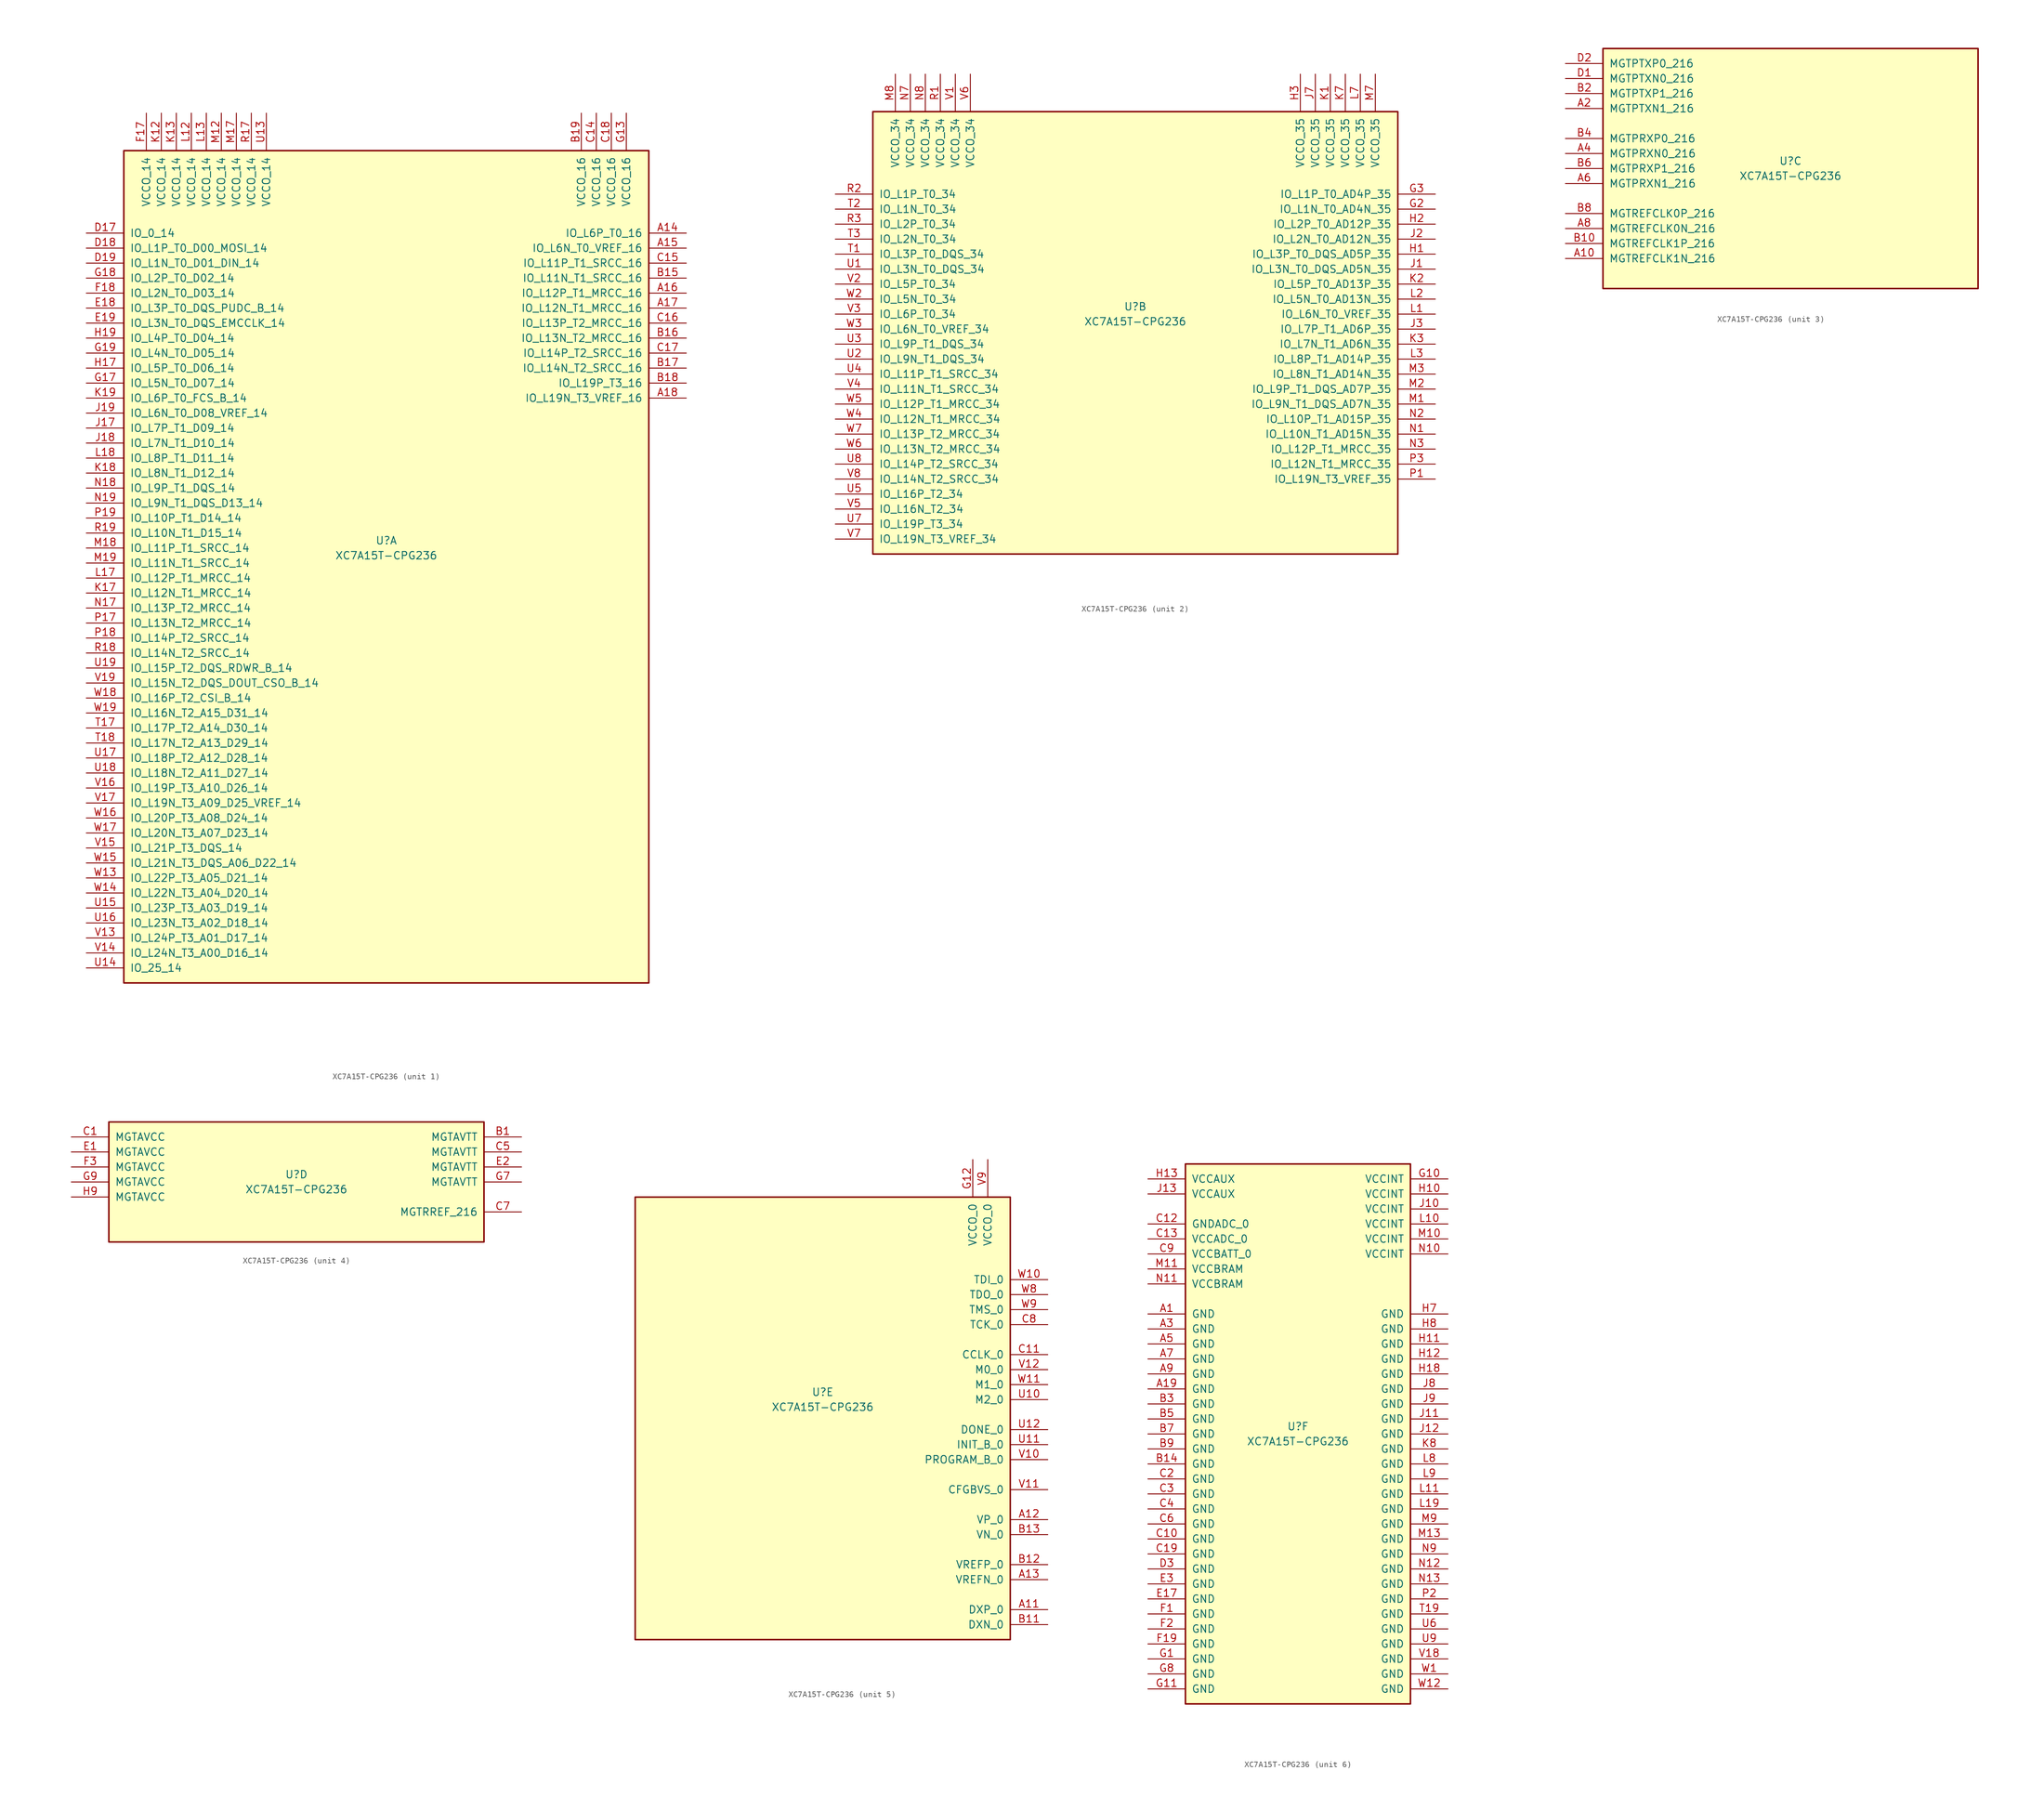
<source format=kicad_sym>
(kicad_symbol_lib
  (version 20241209)
  (generator "kicad_symbol_editor")
  (generator_version "9.0")
  (symbol "XC7A15T-CPG236"
    (pin_names
      (offset 1.016))
    (property "Reference" "U"
      (at 0 1.27 0)
      (effects (font (size 1.27 1.27))))
    (property "Value" "XC7A15T-CPG236"
      (at 0 -1.27 0)
      (effects (font (size 1.27 1.27))))
    (property "Datasheet" ""
      (at 0 0 0)
      (effects (font (size 1.27 1.27))))
    (property "ki_locked" ""
      (at 0 0 0)
      (effects (font (size 1.27 1.27))))
    (symbol "XC7A15T-CPG236_1_1"
      (rectangle (start -44.45 67.31) (end 44.45 -73.66) (stroke (width 0.254) (type default)) (fill (type background)))
      (pin bidirectional line (at -50.8 53.34 0) (length 6.35) (name "IO_0_14" (effects (font (size 1.27 1.27)))) (number "D17" (effects (font (size 1.27 1.27)))))
      (pin bidirectional line (at -50.8 50.8 0) (length 6.35) (name "IO_L1P_T0_D00_MOSI_14" (effects (font (size 1.27 1.27)))) (number "D18" (effects (font (size 1.27 1.27)))))
      (pin bidirectional line (at -50.8 48.26 0) (length 6.35) (name "IO_L1N_T0_D01_DIN_14" (effects (font (size 1.27 1.27)))) (number "D19" (effects (font (size 1.27 1.27)))))
      (pin bidirectional line (at -50.8 45.72 0) (length 6.35) (name "IO_L2P_T0_D02_14" (effects (font (size 1.27 1.27)))) (number "G18" (effects (font (size 1.27 1.27)))))
      (pin bidirectional line (at -50.8 43.18 0) (length 6.35) (name "IO_L2N_T0_D03_14" (effects (font (size 1.27 1.27)))) (number "F18" (effects (font (size 1.27 1.27)))))
      (pin bidirectional line (at -50.8 40.64 0) (length 6.35) (name "IO_L3P_T0_DQS_PUDC_B_14" (effects (font (size 1.27 1.27)))) (number "E18" (effects (font (size 1.27 1.27)))))
      (pin bidirectional line (at -50.8 38.1 0) (length 6.35) (name "IO_L3N_T0_DQS_EMCCLK_14" (effects (font (size 1.27 1.27)))) (number "E19" (effects (font (size 1.27 1.27)))))
      (pin bidirectional line (at -50.8 35.56 0) (length 6.35) (name "IO_L4P_T0_D04_14" (effects (font (size 1.27 1.27)))) (number "H19" (effects (font (size 1.27 1.27)))))
      (pin bidirectional line (at -50.8 33.02 0) (length 6.35) (name "IO_L4N_T0_D05_14" (effects (font (size 1.27 1.27)))) (number "G19" (effects (font (size 1.27 1.27)))))
      (pin bidirectional line (at -50.8 30.48 0) (length 6.35) (name "IO_L5P_T0_D06_14" (effects (font (size 1.27 1.27)))) (number "H17" (effects (font (size 1.27 1.27)))))
      (pin bidirectional line (at -50.8 27.94 0) (length 6.35) (name "IO_L5N_T0_D07_14" (effects (font (size 1.27 1.27)))) (number "G17" (effects (font (size 1.27 1.27)))))
      (pin bidirectional line (at -50.8 25.4 0) (length 6.35) (name "IO_L6P_T0_FCS_B_14" (effects (font (size 1.27 1.27)))) (number "K19" (effects (font (size 1.27 1.27)))))
      (pin bidirectional line (at -50.8 22.86 0) (length 6.35) (name "IO_L6N_T0_D08_VREF_14" (effects (font (size 1.27 1.27)))) (number "J19" (effects (font (size 1.27 1.27)))))
      (pin bidirectional line (at -50.8 20.32 0) (length 6.35) (name "IO_L7P_T1_D09_14" (effects (font (size 1.27 1.27)))) (number "J17" (effects (font (size 1.27 1.27)))))
      (pin bidirectional line (at -50.8 17.78 0) (length 6.35) (name "IO_L7N_T1_D10_14" (effects (font (size 1.27 1.27)))) (number "J18" (effects (font (size 1.27 1.27)))))
      (pin bidirectional line (at -50.8 15.24 0) (length 6.35) (name "IO_L8P_T1_D11_14" (effects (font (size 1.27 1.27)))) (number "L18" (effects (font (size 1.27 1.27)))))
      (pin bidirectional line (at -50.8 12.7 0) (length 6.35) (name "IO_L8N_T1_D12_14" (effects (font (size 1.27 1.27)))) (number "K18" (effects (font (size 1.27 1.27)))))
      (pin bidirectional line (at -50.8 10.16 0) (length 6.35) (name "IO_L9P_T1_DQS_14" (effects (font (size 1.27 1.27)))) (number "N18" (effects (font (size 1.27 1.27)))))
      (pin bidirectional line (at -50.8 7.62 0) (length 6.35) (name "IO_L9N_T1_DQS_D13_14" (effects (font (size 1.27 1.27)))) (number "N19" (effects (font (size 1.27 1.27)))))
      (pin bidirectional line (at -50.8 5.08 0) (length 6.35) (name "IO_L10P_T1_D14_14" (effects (font (size 1.27 1.27)))) (number "P19" (effects (font (size 1.27 1.27)))))
      (pin bidirectional line (at -50.8 2.54 0) (length 6.35) (name "IO_L10N_T1_D15_14" (effects (font (size 1.27 1.27)))) (number "R19" (effects (font (size 1.27 1.27)))))
      (pin bidirectional line (at -50.8 0 0) (length 6.35) (name "IO_L11P_T1_SRCC_14" (effects (font (size 1.27 1.27)))) (number "M18" (effects (font (size 1.27 1.27)))))
      (pin bidirectional line (at -50.8 -2.54 0) (length 6.35) (name "IO_L11N_T1_SRCC_14" (effects (font (size 1.27 1.27)))) (number "M19" (effects (font (size 1.27 1.27)))))
      (pin bidirectional line (at -50.8 -5.08 0) (length 6.35) (name "IO_L12P_T1_MRCC_14" (effects (font (size 1.27 1.27)))) (number "L17" (effects (font (size 1.27 1.27)))))
      (pin bidirectional line (at -50.8 -7.62 0) (length 6.35) (name "IO_L12N_T1_MRCC_14" (effects (font (size 1.27 1.27)))) (number "K17" (effects (font (size 1.27 1.27)))))
      (pin bidirectional line (at -50.8 -10.16 0) (length 6.35) (name "IO_L13P_T2_MRCC_14" (effects (font (size 1.27 1.27)))) (number "N17" (effects (font (size 1.27 1.27)))))
      (pin bidirectional line (at -50.8 -12.7 0) (length 6.35) (name "IO_L13N_T2_MRCC_14" (effects (font (size 1.27 1.27)))) (number "P17" (effects (font (size 1.27 1.27)))))
      (pin bidirectional line (at -50.8 -15.24 0) (length 6.35) (name "IO_L14P_T2_SRCC_14" (effects (font (size 1.27 1.27)))) (number "P18" (effects (font (size 1.27 1.27)))))
      (pin bidirectional line (at -50.8 -17.78 0) (length 6.35) (name "IO_L14N_T2_SRCC_14" (effects (font (size 1.27 1.27)))) (number "R18" (effects (font (size 1.27 1.27)))))
      (pin bidirectional line (at -50.8 -20.32 0) (length 6.35) (name "IO_L15P_T2_DQS_RDWR_B_14" (effects (font (size 1.27 1.27)))) (number "U19" (effects (font (size 1.27 1.27)))))
      (pin bidirectional line (at -50.8 -22.86 0) (length 6.35) (name "IO_L15N_T2_DQS_DOUT_CSO_B_14" (effects (font (size 1.27 1.27)))) (number "V19" (effects (font (size 1.27 1.27)))))
      (pin bidirectional line (at -50.8 -25.4 0) (length 6.35) (name "IO_L16P_T2_CSI_B_14" (effects (font (size 1.27 1.27)))) (number "W18" (effects (font (size 1.27 1.27)))))
      (pin bidirectional line (at -50.8 -27.94 0) (length 6.35) (name "IO_L16N_T2_A15_D31_14" (effects (font (size 1.27 1.27)))) (number "W19" (effects (font (size 1.27 1.27)))))
      (pin bidirectional line (at -50.8 -30.48 0) (length 6.35) (name "IO_L17P_T2_A14_D30_14" (effects (font (size 1.27 1.27)))) (number "T17" (effects (font (size 1.27 1.27)))))
      (pin bidirectional line (at -50.8 -33.02 0) (length 6.35) (name "IO_L17N_T2_A13_D29_14" (effects (font (size 1.27 1.27)))) (number "T18" (effects (font (size 1.27 1.27)))))
      (pin bidirectional line (at -50.8 -35.56 0) (length 6.35) (name "IO_L18P_T2_A12_D28_14" (effects (font (size 1.27 1.27)))) (number "U17" (effects (font (size 1.27 1.27)))))
      (pin bidirectional line (at -50.8 -38.1 0) (length 6.35) (name "IO_L18N_T2_A11_D27_14" (effects (font (size 1.27 1.27)))) (number "U18" (effects (font (size 1.27 1.27)))))
      (pin bidirectional line (at -50.8 -40.64 0) (length 6.35) (name "IO_L19P_T3_A10_D26_14" (effects (font (size 1.27 1.27)))) (number "V16" (effects (font (size 1.27 1.27)))))
      (pin bidirectional line (at -50.8 -43.18 0) (length 6.35) (name "IO_L19N_T3_A09_D25_VREF_14" (effects (font (size 1.27 1.27)))) (number "V17" (effects (font (size 1.27 1.27)))))
      (pin bidirectional line (at -50.8 -45.72 0) (length 6.35) (name "IO_L20P_T3_A08_D24_14" (effects (font (size 1.27 1.27)))) (number "W16" (effects (font (size 1.27 1.27)))))
      (pin bidirectional line (at -50.8 -48.26 0) (length 6.35) (name "IO_L20N_T3_A07_D23_14" (effects (font (size 1.27 1.27)))) (number "W17" (effects (font (size 1.27 1.27)))))
      (pin bidirectional line (at -50.8 -50.8 0) (length 6.35) (name "IO_L21P_T3_DQS_14" (effects (font (size 1.27 1.27)))) (number "V15" (effects (font (size 1.27 1.27)))))
      (pin bidirectional line (at -50.8 -53.34 0) (length 6.35) (name "IO_L21N_T3_DQS_A06_D22_14" (effects (font (size 1.27 1.27)))) (number "W15" (effects (font (size 1.27 1.27)))))
      (pin bidirectional line (at -50.8 -55.88 0) (length 6.35) (name "IO_L22P_T3_A05_D21_14" (effects (font (size 1.27 1.27)))) (number "W13" (effects (font (size 1.27 1.27)))))
      (pin bidirectional line (at -50.8 -58.42 0) (length 6.35) (name "IO_L22N_T3_A04_D20_14" (effects (font (size 1.27 1.27)))) (number "W14" (effects (font (size 1.27 1.27)))))
      (pin bidirectional line (at -50.8 -60.96 0) (length 6.35) (name "IO_L23P_T3_A03_D19_14" (effects (font (size 1.27 1.27)))) (number "U15" (effects (font (size 1.27 1.27)))))
      (pin bidirectional line (at -50.8 -63.5 0) (length 6.35) (name "IO_L23N_T3_A02_D18_14" (effects (font (size 1.27 1.27)))) (number "U16" (effects (font (size 1.27 1.27)))))
      (pin bidirectional line (at -50.8 -66.04 0) (length 6.35) (name "IO_L24P_T3_A01_D17_14" (effects (font (size 1.27 1.27)))) (number "V13" (effects (font (size 1.27 1.27)))))
      (pin bidirectional line (at -50.8 -68.58 0) (length 6.35) (name "IO_L24N_T3_A00_D16_14" (effects (font (size 1.27 1.27)))) (number "V14" (effects (font (size 1.27 1.27)))))
      (pin bidirectional line (at -50.8 -71.12 0) (length 6.35) (name "IO_25_14" (effects (font (size 1.27 1.27)))) (number "U14" (effects (font (size 1.27 1.27)))))
      (pin power_in line (at -40.64 73.66 270) (length 6.35) (name "VCCO_14" (effects (font (size 1.27 1.27)))) (number "F17" (effects (font (size 1.27 1.27)))))
      (pin power_in line (at -38.1 73.66 270) (length 6.35) (name "VCCO_14" (effects (font (size 1.27 1.27)))) (number "K12" (effects (font (size 1.27 1.27)))))
      (pin power_in line (at -35.56 73.66 270) (length 6.35) (name "VCCO_14" (effects (font (size 1.27 1.27)))) (number "K13" (effects (font (size 1.27 1.27)))))
      (pin power_in line (at -33.02 73.66 270) (length 6.35) (name "VCCO_14" (effects (font (size 1.27 1.27)))) (number "L12" (effects (font (size 1.27 1.27)))))
      (pin power_in line (at -30.48 73.66 270) (length 6.35) (name "VCCO_14" (effects (font (size 1.27 1.27)))) (number "L13" (effects (font (size 1.27 1.27)))))
      (pin power_in line (at -27.94 73.66 270) (length 6.35) (name "VCCO_14" (effects (font (size 1.27 1.27)))) (number "M12" (effects (font (size 1.27 1.27)))))
      (pin power_in line (at -25.4 73.66 270) (length 6.35) (name "VCCO_14" (effects (font (size 1.27 1.27)))) (number "M17" (effects (font (size 1.27 1.27)))))
      (pin power_in line (at -22.86 73.66 270) (length 6.35) (name "VCCO_14" (effects (font (size 1.27 1.27)))) (number "R17" (effects (font (size 1.27 1.27)))))
      (pin power_in line (at -20.32 73.66 270) (length 6.35) (name "VCCO_14" (effects (font (size 1.27 1.27)))) (number "U13" (effects (font (size 1.27 1.27)))))
      (pin power_in line (at 33.02 73.66 270) (length 6.35) (name "VCCO_16" (effects (font (size 1.27 1.27)))) (number "B19" (effects (font (size 1.27 1.27)))))
      (pin power_in line (at 35.56 73.66 270) (length 6.35) (name "VCCO_16" (effects (font (size 1.27 1.27)))) (number "C14" (effects (font (size 1.27 1.27)))))
      (pin power_in line (at 38.1 73.66 270) (length 6.35) (name "VCCO_16" (effects (font (size 1.27 1.27)))) (number "C18" (effects (font (size 1.27 1.27)))))
      (pin power_in line (at 40.64 73.66 270) (length 6.35) (name "VCCO_16" (effects (font (size 1.27 1.27)))) (number "G13" (effects (font (size 1.27 1.27)))))
      (pin bidirectional line (at 50.8 53.34 180) (length 6.35) (name "IO_L6P_T0_16" (effects (font (size 1.27 1.27)))) (number "A14" (effects (font (size 1.27 1.27)))))
      (pin bidirectional line (at 50.8 50.8 180) (length 6.35) (name "IO_L6N_T0_VREF_16" (effects (font (size 1.27 1.27)))) (number "A15" (effects (font (size 1.27 1.27)))))
      (pin bidirectional line (at 50.8 48.26 180) (length 6.35) (name "IO_L11P_T1_SRCC_16" (effects (font (size 1.27 1.27)))) (number "C15" (effects (font (size 1.27 1.27)))))
      (pin bidirectional line (at 50.8 45.72 180) (length 6.35) (name "IO_L11N_T1_SRCC_16" (effects (font (size 1.27 1.27)))) (number "B15" (effects (font (size 1.27 1.27)))))
      (pin bidirectional line (at 50.8 43.18 180) (length 6.35) (name "IO_L12P_T1_MRCC_16" (effects (font (size 1.27 1.27)))) (number "A16" (effects (font (size 1.27 1.27)))))
      (pin bidirectional line (at 50.8 40.64 180) (length 6.35) (name "IO_L12N_T1_MRCC_16" (effects (font (size 1.27 1.27)))) (number "A17" (effects (font (size 1.27 1.27)))))
      (pin bidirectional line (at 50.8 38.1 180) (length 6.35) (name "IO_L13P_T2_MRCC_16" (effects (font (size 1.27 1.27)))) (number "C16" (effects (font (size 1.27 1.27)))))
      (pin bidirectional line (at 50.8 35.56 180) (length 6.35) (name "IO_L13N_T2_MRCC_16" (effects (font (size 1.27 1.27)))) (number "B16" (effects (font (size 1.27 1.27)))))
      (pin bidirectional line (at 50.8 33.02 180) (length 6.35) (name "IO_L14P_T2_SRCC_16" (effects (font (size 1.27 1.27)))) (number "C17" (effects (font (size 1.27 1.27)))))
      (pin bidirectional line (at 50.8 30.48 180) (length 6.35) (name "IO_L14N_T2_SRCC_16" (effects (font (size 1.27 1.27)))) (number "B17" (effects (font (size 1.27 1.27)))))
      (pin bidirectional line (at 50.8 27.94 180) (length 6.35) (name "IO_L19P_T3_16" (effects (font (size 1.27 1.27)))) (number "B18" (effects (font (size 1.27 1.27)))))
      (pin bidirectional line (at 50.8 25.4 180) (length 6.35) (name "IO_L19N_T3_VREF_16" (effects (font (size 1.27 1.27)))) (number "A18" (effects (font (size 1.27 1.27))))))
    (symbol "XC7A15T-CPG236_2_1"
      (rectangle (start -44.45 34.29) (end 44.45 -40.64) (stroke (width 0.254) (type default)) (fill (type background)))
      (pin bidirectional line (at -50.8 20.32 0) (length 6.35) (name "IO_L1P_T0_34" (effects (font (size 1.27 1.27)))) (number "R2" (effects (font (size 1.27 1.27)))))
      (pin bidirectional line (at -50.8 17.78 0) (length 6.35) (name "IO_L1N_T0_34" (effects (font (size 1.27 1.27)))) (number "T2" (effects (font (size 1.27 1.27)))))
      (pin bidirectional line (at -50.8 15.24 0) (length 6.35) (name "IO_L2P_T0_34" (effects (font (size 1.27 1.27)))) (number "R3" (effects (font (size 1.27 1.27)))))
      (pin bidirectional line (at -50.8 12.7 0) (length 6.35) (name "IO_L2N_T0_34" (effects (font (size 1.27 1.27)))) (number "T3" (effects (font (size 1.27 1.27)))))
      (pin bidirectional line (at -50.8 10.16 0) (length 6.35) (name "IO_L3P_T0_DQS_34" (effects (font (size 1.27 1.27)))) (number "T1" (effects (font (size 1.27 1.27)))))
      (pin bidirectional line (at -50.8 7.62 0) (length 6.35) (name "IO_L3N_T0_DQS_34" (effects (font (size 1.27 1.27)))) (number "U1" (effects (font (size 1.27 1.27)))))
      (pin bidirectional line (at -50.8 5.08 0) (length 6.35) (name "IO_L5P_T0_34" (effects (font (size 1.27 1.27)))) (number "V2" (effects (font (size 1.27 1.27)))))
      (pin bidirectional line (at -50.8 2.54 0) (length 6.35) (name "IO_L5N_T0_34" (effects (font (size 1.27 1.27)))) (number "W2" (effects (font (size 1.27 1.27)))))
      (pin bidirectional line (at -50.8 0 0) (length 6.35) (name "IO_L6P_T0_34" (effects (font (size 1.27 1.27)))) (number "V3" (effects (font (size 1.27 1.27)))))
      (pin bidirectional line (at -50.8 -2.54 0) (length 6.35) (name "IO_L6N_T0_VREF_34" (effects (font (size 1.27 1.27)))) (number "W3" (effects (font (size 1.27 1.27)))))
      (pin bidirectional line (at -50.8 -5.08 0) (length 6.35) (name "IO_L9P_T1_DQS_34" (effects (font (size 1.27 1.27)))) (number "U3" (effects (font (size 1.27 1.27)))))
      (pin bidirectional line (at -50.8 -7.62 0) (length 6.35) (name "IO_L9N_T1_DQS_34" (effects (font (size 1.27 1.27)))) (number "U2" (effects (font (size 1.27 1.27)))))
      (pin bidirectional line (at -50.8 -10.16 0) (length 6.35) (name "IO_L11P_T1_SRCC_34" (effects (font (size 1.27 1.27)))) (number "U4" (effects (font (size 1.27 1.27)))))
      (pin bidirectional line (at -50.8 -12.7 0) (length 6.35) (name "IO_L11N_T1_SRCC_34" (effects (font (size 1.27 1.27)))) (number "V4" (effects (font (size 1.27 1.27)))))
      (pin bidirectional line (at -50.8 -15.24 0) (length 6.35) (name "IO_L12P_T1_MRCC_34" (effects (font (size 1.27 1.27)))) (number "W5" (effects (font (size 1.27 1.27)))))
      (pin bidirectional line (at -50.8 -17.78 0) (length 6.35) (name "IO_L12N_T1_MRCC_34" (effects (font (size 1.27 1.27)))) (number "W4" (effects (font (size 1.27 1.27)))))
      (pin bidirectional line (at -50.8 -20.32 0) (length 6.35) (name "IO_L13P_T2_MRCC_34" (effects (font (size 1.27 1.27)))) (number "W7" (effects (font (size 1.27 1.27)))))
      (pin bidirectional line (at -50.8 -22.86 0) (length 6.35) (name "IO_L13N_T2_MRCC_34" (effects (font (size 1.27 1.27)))) (number "W6" (effects (font (size 1.27 1.27)))))
      (pin bidirectional line (at -50.8 -25.4 0) (length 6.35) (name "IO_L14P_T2_SRCC_34" (effects (font (size 1.27 1.27)))) (number "U8" (effects (font (size 1.27 1.27)))))
      (pin bidirectional line (at -50.8 -27.94 0) (length 6.35) (name "IO_L14N_T2_SRCC_34" (effects (font (size 1.27 1.27)))) (number "V8" (effects (font (size 1.27 1.27)))))
      (pin bidirectional line (at -50.8 -30.48 0) (length 6.35) (name "IO_L16P_T2_34" (effects (font (size 1.27 1.27)))) (number "U5" (effects (font (size 1.27 1.27)))))
      (pin bidirectional line (at -50.8 -33.02 0) (length 6.35) (name "IO_L16N_T2_34" (effects (font (size 1.27 1.27)))) (number "V5" (effects (font (size 1.27 1.27)))))
      (pin bidirectional line (at -50.8 -35.56 0) (length 6.35) (name "IO_L19P_T3_34" (effects (font (size 1.27 1.27)))) (number "U7" (effects (font (size 1.27 1.27)))))
      (pin bidirectional line (at -50.8 -38.1 0) (length 6.35) (name "IO_L19N_T3_VREF_34" (effects (font (size 1.27 1.27)))) (number "V7" (effects (font (size 1.27 1.27)))))
      (pin power_in line (at -40.64 40.64 270) (length 6.35) (name "VCCO_34" (effects (font (size 1.27 1.27)))) (number "M8" (effects (font (size 1.27 1.27)))))
      (pin power_in line (at -38.1 40.64 270) (length 6.35) (name "VCCO_34" (effects (font (size 1.27 1.27)))) (number "N7" (effects (font (size 1.27 1.27)))))
      (pin power_in line (at -35.56 40.64 270) (length 6.35) (name "VCCO_34" (effects (font (size 1.27 1.27)))) (number "N8" (effects (font (size 1.27 1.27)))))
      (pin power_in line (at -33.02 40.64 270) (length 6.35) (name "VCCO_34" (effects (font (size 1.27 1.27)))) (number "R1" (effects (font (size 1.27 1.27)))))
      (pin power_in line (at -30.48 40.64 270) (length 6.35) (name "VCCO_34" (effects (font (size 1.27 1.27)))) (number "V1" (effects (font (size 1.27 1.27)))))
      (pin power_in line (at -27.94 40.64 270) (length 6.35) (name "VCCO_34" (effects (font (size 1.27 1.27)))) (number "V6" (effects (font (size 1.27 1.27)))))
      (pin power_in line (at 27.94 40.64 270) (length 6.35) (name "VCCO_35" (effects (font (size 1.27 1.27)))) (number "H3" (effects (font (size 1.27 1.27)))))
      (pin power_in line (at 30.48 40.64 270) (length 6.35) (name "VCCO_35" (effects (font (size 1.27 1.27)))) (number "J7" (effects (font (size 1.27 1.27)))))
      (pin power_in line (at 33.02 40.64 270) (length 6.35) (name "VCCO_35" (effects (font (size 1.27 1.27)))) (number "K1" (effects (font (size 1.27 1.27)))))
      (pin power_in line (at 35.56 40.64 270) (length 6.35) (name "VCCO_35" (effects (font (size 1.27 1.27)))) (number "K7" (effects (font (size 1.27 1.27)))))
      (pin power_in line (at 38.1 40.64 270) (length 6.35) (name "VCCO_35" (effects (font (size 1.27 1.27)))) (number "L7" (effects (font (size 1.27 1.27)))))
      (pin power_in line (at 40.64 40.64 270) (length 6.35) (name "VCCO_35" (effects (font (size 1.27 1.27)))) (number "M7" (effects (font (size 1.27 1.27)))))
      (pin bidirectional line (at 50.8 20.32 180) (length 6.35) (name "IO_L1P_T0_AD4P_35" (effects (font (size 1.27 1.27)))) (number "G3" (effects (font (size 1.27 1.27)))))
      (pin bidirectional line (at 50.8 17.78 180) (length 6.35) (name "IO_L1N_T0_AD4N_35" (effects (font (size 1.27 1.27)))) (number "G2" (effects (font (size 1.27 1.27)))))
      (pin bidirectional line (at 50.8 15.24 180) (length 6.35) (name "IO_L2P_T0_AD12P_35" (effects (font (size 1.27 1.27)))) (number "H2" (effects (font (size 1.27 1.27)))))
      (pin bidirectional line (at 50.8 12.7 180) (length 6.35) (name "IO_L2N_T0_AD12N_35" (effects (font (size 1.27 1.27)))) (number "J2" (effects (font (size 1.27 1.27)))))
      (pin bidirectional line (at 50.8 10.16 180) (length 6.35) (name "IO_L3P_T0_DQS_AD5P_35" (effects (font (size 1.27 1.27)))) (number "H1" (effects (font (size 1.27 1.27)))))
      (pin bidirectional line (at 50.8 7.62 180) (length 6.35) (name "IO_L3N_T0_DQS_AD5N_35" (effects (font (size 1.27 1.27)))) (number "J1" (effects (font (size 1.27 1.27)))))
      (pin bidirectional line (at 50.8 5.08 180) (length 6.35) (name "IO_L5P_T0_AD13P_35" (effects (font (size 1.27 1.27)))) (number "K2" (effects (font (size 1.27 1.27)))))
      (pin bidirectional line (at 50.8 2.54 180) (length 6.35) (name "IO_L5N_T0_AD13N_35" (effects (font (size 1.27 1.27)))) (number "L2" (effects (font (size 1.27 1.27)))))
      (pin bidirectional line (at 50.8 0 180) (length 6.35) (name "IO_L6N_T0_VREF_35" (effects (font (size 1.27 1.27)))) (number "L1" (effects (font (size 1.27 1.27)))))
      (pin bidirectional line (at 50.8 -2.54 180) (length 6.35) (name "IO_L7P_T1_AD6P_35" (effects (font (size 1.27 1.27)))) (number "J3" (effects (font (size 1.27 1.27)))))
      (pin bidirectional line (at 50.8 -5.08 180) (length 6.35) (name "IO_L7N_T1_AD6N_35" (effects (font (size 1.27 1.27)))) (number "K3" (effects (font (size 1.27 1.27)))))
      (pin bidirectional line (at 50.8 -7.62 180) (length 6.35) (name "IO_L8P_T1_AD14P_35" (effects (font (size 1.27 1.27)))) (number "L3" (effects (font (size 1.27 1.27)))))
      (pin bidirectional line (at 50.8 -10.16 180) (length 6.35) (name "IO_L8N_T1_AD14N_35" (effects (font (size 1.27 1.27)))) (number "M3" (effects (font (size 1.27 1.27)))))
      (pin bidirectional line (at 50.8 -12.7 180) (length 6.35) (name "IO_L9P_T1_DQS_AD7P_35" (effects (font (size 1.27 1.27)))) (number "M2" (effects (font (size 1.27 1.27)))))
      (pin bidirectional line (at 50.8 -15.24 180) (length 6.35) (name "IO_L9N_T1_DQS_AD7N_35" (effects (font (size 1.27 1.27)))) (number "M1" (effects (font (size 1.27 1.27)))))
      (pin bidirectional line (at 50.8 -17.78 180) (length 6.35) (name "IO_L10P_T1_AD15P_35" (effects (font (size 1.27 1.27)))) (number "N2" (effects (font (size 1.27 1.27)))))
      (pin bidirectional line (at 50.8 -20.32 180) (length 6.35) (name "IO_L10N_T1_AD15N_35" (effects (font (size 1.27 1.27)))) (number "N1" (effects (font (size 1.27 1.27)))))
      (pin bidirectional line (at 50.8 -22.86 180) (length 6.35) (name "IO_L12P_T1_MRCC_35" (effects (font (size 1.27 1.27)))) (number "N3" (effects (font (size 1.27 1.27)))))
      (pin bidirectional line (at 50.8 -25.4 180) (length 6.35) (name "IO_L12N_T1_MRCC_35" (effects (font (size 1.27 1.27)))) (number "P3" (effects (font (size 1.27 1.27)))))
      (pin bidirectional line (at 50.8 -27.94 180) (length 6.35) (name "IO_L19N_T3_VREF_35" (effects (font (size 1.27 1.27)))) (number "P1" (effects (font (size 1.27 1.27))))))
    (symbol "XC7A15T-CPG236_3_1"
      (rectangle (start -31.75 20.32) (end 31.75 -20.32) (stroke (width 0.254) (type default)) (fill (type background)))
      (pin bidirectional line (at -38.1 17.78 0) (length 6.35) (name "MGTPTXP0_216" (effects (font (size 1.27 1.27)))) (number "D2" (effects (font (size 1.27 1.27)))))
      (pin bidirectional line (at -38.1 15.24 0) (length 6.35) (name "MGTPTXN0_216" (effects (font (size 1.27 1.27)))) (number "D1" (effects (font (size 1.27 1.27)))))
      (pin bidirectional line (at -38.1 12.7 0) (length 6.35) (name "MGTPTXP1_216" (effects (font (size 1.27 1.27)))) (number "B2" (effects (font (size 1.27 1.27)))))
      (pin bidirectional line (at -38.1 10.16 0) (length 6.35) (name "MGTPTXN1_216" (effects (font (size 1.27 1.27)))) (number "A2" (effects (font (size 1.27 1.27)))))
      (pin bidirectional line (at -38.1 5.08 0) (length 6.35) (name "MGTPRXP0_216" (effects (font (size 1.27 1.27)))) (number "B4" (effects (font (size 1.27 1.27)))))
      (pin bidirectional line (at -38.1 2.54 0) (length 6.35) (name "MGTPRXN0_216" (effects (font (size 1.27 1.27)))) (number "A4" (effects (font (size 1.27 1.27)))))
      (pin bidirectional line (at -38.1 0 0) (length 6.35) (name "MGTPRXP1_216" (effects (font (size 1.27 1.27)))) (number "B6" (effects (font (size 1.27 1.27)))))
      (pin bidirectional line (at -38.1 -2.54 0) (length 6.35) (name "MGTPRXN1_216" (effects (font (size 1.27 1.27)))) (number "A6" (effects (font (size 1.27 1.27)))))
      (pin bidirectional line (at -38.1 -7.62 0) (length 6.35) (name "MGTREFCLK0P_216" (effects (font (size 1.27 1.27)))) (number "B8" (effects (font (size 1.27 1.27)))))
      (pin bidirectional line (at -38.1 -10.16 0) (length 6.35) (name "MGTREFCLK0N_216" (effects (font (size 1.27 1.27)))) (number "A8" (effects (font (size 1.27 1.27)))))
      (pin bidirectional line (at -38.1 -12.7 0) (length 6.35) (name "MGTREFCLK1P_216" (effects (font (size 1.27 1.27)))) (number "B10" (effects (font (size 1.27 1.27)))))
      (pin bidirectional line (at -38.1 -15.24 0) (length 6.35) (name "MGTREFCLK1N_216" (effects (font (size 1.27 1.27)))) (number "A10" (effects (font (size 1.27 1.27))))))
    (symbol "XC7A15T-CPG236_4_1"
      (rectangle (start -31.75 10.16) (end 31.75 -10.16) (stroke (width 0.254) (type default)) (fill (type background)))
      (pin power_in line (at -38.1 7.62 0) (length 6.35) (name "MGTAVCC" (effects (font (size 1.27 1.27)))) (number "C1" (effects (font (size 1.27 1.27)))))
      (pin power_in line (at -38.1 5.08 0) (length 6.35) (name "MGTAVCC" (effects (font (size 1.27 1.27)))) (number "E1" (effects (font (size 1.27 1.27)))))
      (pin power_in line (at -38.1 2.54 0) (length 6.35) (name "MGTAVCC" (effects (font (size 1.27 1.27)))) (number "F3" (effects (font (size 1.27 1.27)))))
      (pin power_in line (at -38.1 0 0) (length 6.35) (name "MGTAVCC" (effects (font (size 1.27 1.27)))) (number "G9" (effects (font (size 1.27 1.27)))))
      (pin power_in line (at -38.1 -2.54 0) (length 6.35) (name "MGTAVCC" (effects (font (size 1.27 1.27)))) (number "H9" (effects (font (size 1.27 1.27)))))
      (pin power_in line (at 38.1 7.62 180) (length 6.35) (name "MGTAVTT" (effects (font (size 1.27 1.27)))) (number "B1" (effects (font (size 1.27 1.27)))))
      (pin power_in line (at 38.1 5.08 180) (length 6.35) (name "MGTAVTT" (effects (font (size 1.27 1.27)))) (number "C5" (effects (font (size 1.27 1.27)))))
      (pin power_in line (at 38.1 2.54 180) (length 6.35) (name "MGTAVTT" (effects (font (size 1.27 1.27)))) (number "E2" (effects (font (size 1.27 1.27)))))
      (pin power_in line (at 38.1 0 180) (length 6.35) (name "MGTAVTT" (effects (font (size 1.27 1.27)))) (number "G7" (effects (font (size 1.27 1.27)))))
      (pin power_in line (at 38.1 -5.08 180) (length 6.35) (name "MGTRREF_216" (effects (font (size 1.27 1.27)))) (number "C7" (effects (font (size 1.27 1.27))))))
    (symbol "XC7A15T-CPG236_5_1"
      (rectangle (start -31.75 34.29) (end 31.75 -40.64) (stroke (width 0.254) (type default)) (fill (type background)))
      (pin power_in line (at 25.4 40.64 270) (length 6.35) (name "VCCO_0" (effects (font (size 1.27 1.27)))) (number "G12" (effects (font (size 1.27 1.27)))))
      (pin power_in line (at 27.94 40.64 270) (length 6.35) (name "VCCO_0" (effects (font (size 1.27 1.27)))) (number "V9" (effects (font (size 1.27 1.27)))))
      (pin bidirectional line (at 38.1 20.32 180) (length 6.35) (name "TDI_0" (effects (font (size 1.27 1.27)))) (number "W10" (effects (font (size 1.27 1.27)))))
      (pin bidirectional line (at 38.1 17.78 180) (length 6.35) (name "TDO_0" (effects (font (size 1.27 1.27)))) (number "W8" (effects (font (size 1.27 1.27)))))
      (pin bidirectional line (at 38.1 15.24 180) (length 6.35) (name "TMS_0" (effects (font (size 1.27 1.27)))) (number "W9" (effects (font (size 1.27 1.27)))))
      (pin bidirectional line (at 38.1 12.7 180) (length 6.35) (name "TCK_0" (effects (font (size 1.27 1.27)))) (number "C8" (effects (font (size 1.27 1.27)))))
      (pin bidirectional line (at 38.1 7.62 180) (length 6.35) (name "CCLK_0" (effects (font (size 1.27 1.27)))) (number "C11" (effects (font (size 1.27 1.27)))))
      (pin bidirectional line (at 38.1 5.08 180) (length 6.35) (name "M0_0" (effects (font (size 1.27 1.27)))) (number "V12" (effects (font (size 1.27 1.27)))))
      (pin bidirectional line (at 38.1 2.54 180) (length 6.35) (name "M1_0" (effects (font (size 1.27 1.27)))) (number "W11" (effects (font (size 1.27 1.27)))))
      (pin bidirectional line (at 38.1 0 180) (length 6.35) (name "M2_0" (effects (font (size 1.27 1.27)))) (number "U10" (effects (font (size 1.27 1.27)))))
      (pin bidirectional line (at 38.1 -5.08 180) (length 6.35) (name "DONE_0" (effects (font (size 1.27 1.27)))) (number "U12" (effects (font (size 1.27 1.27)))))
      (pin bidirectional line (at 38.1 -7.62 180) (length 6.35) (name "INIT_B_0" (effects (font (size 1.27 1.27)))) (number "U11" (effects (font (size 1.27 1.27)))))
      (pin bidirectional line (at 38.1 -10.16 180) (length 6.35) (name "PROGRAM_B_0" (effects (font (size 1.27 1.27)))) (number "V10" (effects (font (size 1.27 1.27)))))
      (pin bidirectional line (at 38.1 -15.24 180) (length 6.35) (name "CFGBVS_0" (effects (font (size 1.27 1.27)))) (number "V11" (effects (font (size 1.27 1.27)))))
      (pin bidirectional line (at 38.1 -20.32 180) (length 6.35) (name "VP_0" (effects (font (size 1.27 1.27)))) (number "A12" (effects (font (size 1.27 1.27)))))
      (pin bidirectional line (at 38.1 -22.86 180) (length 6.35) (name "VN_0" (effects (font (size 1.27 1.27)))) (number "B13" (effects (font (size 1.27 1.27)))))
      (pin bidirectional line (at 38.1 -27.94 180) (length 6.35) (name "VREFP_0" (effects (font (size 1.27 1.27)))) (number "B12" (effects (font (size 1.27 1.27)))))
      (pin bidirectional line (at 38.1 -30.48 180) (length 6.35) (name "VREFN_0" (effects (font (size 1.27 1.27)))) (number "A13" (effects (font (size 1.27 1.27)))))
      (pin bidirectional line (at 38.1 -35.56 180) (length 6.35) (name "DXP_0" (effects (font (size 1.27 1.27)))) (number "A11" (effects (font (size 1.27 1.27)))))
      (pin bidirectional line (at 38.1 -38.1 180) (length 6.35) (name "DXN_0" (effects (font (size 1.27 1.27)))) (number "B11" (effects (font (size 1.27 1.27))))))
    (symbol "XC7A15T-CPG236_6_1"
      (rectangle (start -19.05 45.72) (end 19.05 -45.72) (stroke (width 0.254) (type default)) (fill (type background)))
      (pin power_in line (at -25.4 43.18 0) (length 6.35) (name "VCCAUX" (effects (font (size 1.27 1.27)))) (number "H13" (effects (font (size 1.27 1.27)))))
      (pin power_in line (at -25.4 40.64 0) (length 6.35) (name "VCCAUX" (effects (font (size 1.27 1.27)))) (number "J13" (effects (font (size 1.27 1.27)))))
      (pin power_in line (at -25.4 35.56 0) (length 6.35) (name "GNDADC_0" (effects (font (size 1.27 1.27)))) (number "C12" (effects (font (size 1.27 1.27)))))
      (pin power_in line (at -25.4 33.02 0) (length 6.35) (name "VCCADC_0" (effects (font (size 1.27 1.27)))) (number "C13" (effects (font (size 1.27 1.27)))))
      (pin power_in line (at -25.4 30.48 0) (length 6.35) (name "VCCBATT_0" (effects (font (size 1.27 1.27)))) (number "C9" (effects (font (size 1.27 1.27)))))
      (pin power_in line (at -25.4 27.94 0) (length 6.35) (name "VCCBRAM" (effects (font (size 1.27 1.27)))) (number "M11" (effects (font (size 1.27 1.27)))))
      (pin power_in line (at -25.4 25.4 0) (length 6.35) (name "VCCBRAM" (effects (font (size 1.27 1.27)))) (number "N11" (effects (font (size 1.27 1.27)))))
      (pin power_in line (at -25.4 20.32 0) (length 6.35) (name "GND" (effects (font (size 1.27 1.27)))) (number "A1" (effects (font (size 1.27 1.27)))))
      (pin power_in line (at -25.4 17.78 0) (length 6.35) (name "GND" (effects (font (size 1.27 1.27)))) (number "A3" (effects (font (size 1.27 1.27)))))
      (pin power_in line (at -25.4 15.24 0) (length 6.35) (name "GND" (effects (font (size 1.27 1.27)))) (number "A5" (effects (font (size 1.27 1.27)))))
      (pin power_in line (at -25.4 12.7 0) (length 6.35) (name "GND" (effects (font (size 1.27 1.27)))) (number "A7" (effects (font (size 1.27 1.27)))))
      (pin power_in line (at -25.4 10.16 0) (length 6.35) (name "GND" (effects (font (size 1.27 1.27)))) (number "A9" (effects (font (size 1.27 1.27)))))
      (pin power_in line (at -25.4 7.62 0) (length 6.35) (name "GND" (effects (font (size 1.27 1.27)))) (number "A19" (effects (font (size 1.27 1.27)))))
      (pin power_in line (at -25.4 5.08 0) (length 6.35) (name "GND" (effects (font (size 1.27 1.27)))) (number "B3" (effects (font (size 1.27 1.27)))))
      (pin power_in line (at -25.4 2.54 0) (length 6.35) (name "GND" (effects (font (size 1.27 1.27)))) (number "B5" (effects (font (size 1.27 1.27)))))
      (pin power_in line (at -25.4 0 0) (length 6.35) (name "GND" (effects (font (size 1.27 1.27)))) (number "B7" (effects (font (size 1.27 1.27)))))
      (pin power_in line (at -25.4 -2.54 0) (length 6.35) (name "GND" (effects (font (size 1.27 1.27)))) (number "B9" (effects (font (size 1.27 1.27)))))
      (pin power_in line (at -25.4 -5.08 0) (length 6.35) (name "GND" (effects (font (size 1.27 1.27)))) (number "B14" (effects (font (size 1.27 1.27)))))
      (pin power_in line (at -25.4 -7.62 0) (length 6.35) (name "GND" (effects (font (size 1.27 1.27)))) (number "C2" (effects (font (size 1.27 1.27)))))
      (pin power_in line (at -25.4 -10.16 0) (length 6.35) (name "GND" (effects (font (size 1.27 1.27)))) (number "C3" (effects (font (size 1.27 1.27)))))
      (pin power_in line (at -25.4 -12.7 0) (length 6.35) (name "GND" (effects (font (size 1.27 1.27)))) (number "C4" (effects (font (size 1.27 1.27)))))
      (pin power_in line (at -25.4 -15.24 0) (length 6.35) (name "GND" (effects (font (size 1.27 1.27)))) (number "C6" (effects (font (size 1.27 1.27)))))
      (pin power_in line (at -25.4 -17.78 0) (length 6.35) (name "GND" (effects (font (size 1.27 1.27)))) (number "C10" (effects (font (size 1.27 1.27)))))
      (pin power_in line (at -25.4 -20.32 0) (length 6.35) (name "GND" (effects (font (size 1.27 1.27)))) (number "C19" (effects (font (size 1.27 1.27)))))
      (pin power_in line (at -25.4 -22.86 0) (length 6.35) (name "GND" (effects (font (size 1.27 1.27)))) (number "D3" (effects (font (size 1.27 1.27)))))
      (pin power_in line (at -25.4 -25.4 0) (length 6.35) (name "GND" (effects (font (size 1.27 1.27)))) (number "E3" (effects (font (size 1.27 1.27)))))
      (pin power_in line (at -25.4 -27.94 0) (length 6.35) (name "GND" (effects (font (size 1.27 1.27)))) (number "E17" (effects (font (size 1.27 1.27)))))
      (pin power_in line (at -25.4 -30.48 0) (length 6.35) (name "GND" (effects (font (size 1.27 1.27)))) (number "F1" (effects (font (size 1.27 1.27)))))
      (pin power_in line (at -25.4 -33.02 0) (length 6.35) (name "GND" (effects (font (size 1.27 1.27)))) (number "F2" (effects (font (size 1.27 1.27)))))
      (pin power_in line (at -25.4 -35.56 0) (length 6.35) (name "GND" (effects (font (size 1.27 1.27)))) (number "F19" (effects (font (size 1.27 1.27)))))
      (pin power_in line (at -25.4 -38.1 0) (length 6.35) (name "GND" (effects (font (size 1.27 1.27)))) (number "G1" (effects (font (size 1.27 1.27)))))
      (pin power_in line (at -25.4 -40.64 0) (length 6.35) (name "GND" (effects (font (size 1.27 1.27)))) (number "G8" (effects (font (size 1.27 1.27)))))
      (pin power_in line (at -25.4 -43.18 0) (length 6.35) (name "GND" (effects (font (size 1.27 1.27)))) (number "G11" (effects (font (size 1.27 1.27)))))
      (pin power_in line (at 25.4 43.18 180) (length 6.35) (name "VCCINT" (effects (font (size 1.27 1.27)))) (number "G10" (effects (font (size 1.27 1.27)))))
      (pin power_in line (at 25.4 40.64 180) (length 6.35) (name "VCCINT" (effects (font (size 1.27 1.27)))) (number "H10" (effects (font (size 1.27 1.27)))))
      (pin power_in line (at 25.4 38.1 180) (length 6.35) (name "VCCINT" (effects (font (size 1.27 1.27)))) (number "J10" (effects (font (size 1.27 1.27)))))
      (pin power_in line (at 25.4 35.56 180) (length 6.35) (name "VCCINT" (effects (font (size 1.27 1.27)))) (number "L10" (effects (font (size 1.27 1.27)))))
      (pin power_in line (at 25.4 33.02 180) (length 6.35) (name "VCCINT" (effects (font (size 1.27 1.27)))) (number "M10" (effects (font (size 1.27 1.27)))))
      (pin power_in line (at 25.4 30.48 180) (length 6.35) (name "VCCINT" (effects (font (size 1.27 1.27)))) (number "N10" (effects (font (size 1.27 1.27)))))
      (pin power_in line (at 25.4 20.32 180) (length 6.35) (name "GND" (effects (font (size 1.27 1.27)))) (number "H7" (effects (font (size 1.27 1.27)))))
      (pin power_in line (at 25.4 17.78 180) (length 6.35) (name "GND" (effects (font (size 1.27 1.27)))) (number "H8" (effects (font (size 1.27 1.27)))))
      (pin power_in line (at 25.4 15.24 180) (length 6.35) (name "GND" (effects (font (size 1.27 1.27)))) (number "H11" (effects (font (size 1.27 1.27)))))
      (pin power_in line (at 25.4 12.7 180) (length 6.35) (name "GND" (effects (font (size 1.27 1.27)))) (number "H12" (effects (font (size 1.27 1.27)))))
      (pin power_in line (at 25.4 10.16 180) (length 6.35) (name "GND" (effects (font (size 1.27 1.27)))) (number "H18" (effects (font (size 1.27 1.27)))))
      (pin power_in line (at 25.4 7.62 180) (length 6.35) (name "GND" (effects (font (size 1.27 1.27)))) (number "J8" (effects (font (size 1.27 1.27)))))
      (pin power_in line (at 25.4 5.08 180) (length 6.35) (name "GND" (effects (font (size 1.27 1.27)))) (number "J9" (effects (font (size 1.27 1.27)))))
      (pin power_in line (at 25.4 2.54 180) (length 6.35) (name "GND" (effects (font (size 1.27 1.27)))) (number "J11" (effects (font (size 1.27 1.27)))))
      (pin power_in line (at 25.4 0 180) (length 6.35) (name "GND" (effects (font (size 1.27 1.27)))) (number "J12" (effects (font (size 1.27 1.27)))))
      (pin power_in line (at 25.4 -2.54 180) (length 6.35) (name "GND" (effects (font (size 1.27 1.27)))) (number "K8" (effects (font (size 1.27 1.27)))))
      (pin power_in line (at 25.4 -5.08 180) (length 6.35) (name "GND" (effects (font (size 1.27 1.27)))) (number "L8" (effects (font (size 1.27 1.27)))))
      (pin power_in line (at 25.4 -7.62 180) (length 6.35) (name "GND" (effects (font (size 1.27 1.27)))) (number "L9" (effects (font (size 1.27 1.27)))))
      (pin power_in line (at 25.4 -10.16 180) (length 6.35) (name "GND" (effects (font (size 1.27 1.27)))) (number "L11" (effects (font (size 1.27 1.27)))))
      (pin power_in line (at 25.4 -12.7 180) (length 6.35) (name "GND" (effects (font (size 1.27 1.27)))) (number "L19" (effects (font (size 1.27 1.27)))))
      (pin power_in line (at 25.4 -15.24 180) (length 6.35) (name "GND" (effects (font (size 1.27 1.27)))) (number "M9" (effects (font (size 1.27 1.27)))))
      (pin power_in line (at 25.4 -17.78 180) (length 6.35) (name "GND" (effects (font (size 1.27 1.27)))) (number "M13" (effects (font (size 1.27 1.27)))))
      (pin power_in line (at 25.4 -20.32 180) (length 6.35) (name "GND" (effects (font (size 1.27 1.27)))) (number "N9" (effects (font (size 1.27 1.27)))))
      (pin power_in line (at 25.4 -22.86 180) (length 6.35) (name "GND" (effects (font (size 1.27 1.27)))) (number "N12" (effects (font (size 1.27 1.27)))))
      (pin power_in line (at 25.4 -25.4 180) (length 6.35) (name "GND" (effects (font (size 1.27 1.27)))) (number "N13" (effects (font (size 1.27 1.27)))))
      (pin power_in line (at 25.4 -27.94 180) (length 6.35) (name "GND" (effects (font (size 1.27 1.27)))) (number "P2" (effects (font (size 1.27 1.27)))))
      (pin power_in line (at 25.4 -30.48 180) (length 6.35) (name "GND" (effects (font (size 1.27 1.27)))) (number "T19" (effects (font (size 1.27 1.27)))))
      (pin power_in line (at 25.4 -33.02 180) (length 6.35) (name "GND" (effects (font (size 1.27 1.27)))) (number "U6" (effects (font (size 1.27 1.27)))))
      (pin power_in line (at 25.4 -35.56 180) (length 6.35) (name "GND" (effects (font (size 1.27 1.27)))) (number "U9" (effects (font (size 1.27 1.27)))))
      (pin power_in line (at 25.4 -38.1 180) (length 6.35) (name "GND" (effects (font (size 1.27 1.27)))) (number "V18" (effects (font (size 1.27 1.27)))))
      (pin power_in line (at 25.4 -40.64 180) (length 6.35) (name "GND" (effects (font (size 1.27 1.27)))) (number "W1" (effects (font (size 1.27 1.27)))))
      (pin power_in line (at 25.4 -43.18 180) (length 6.35) (name "GND" (effects (font (size 1.27 1.27)))) (number "W12" (effects (font (size 1.27 1.27))))))))
</source>
